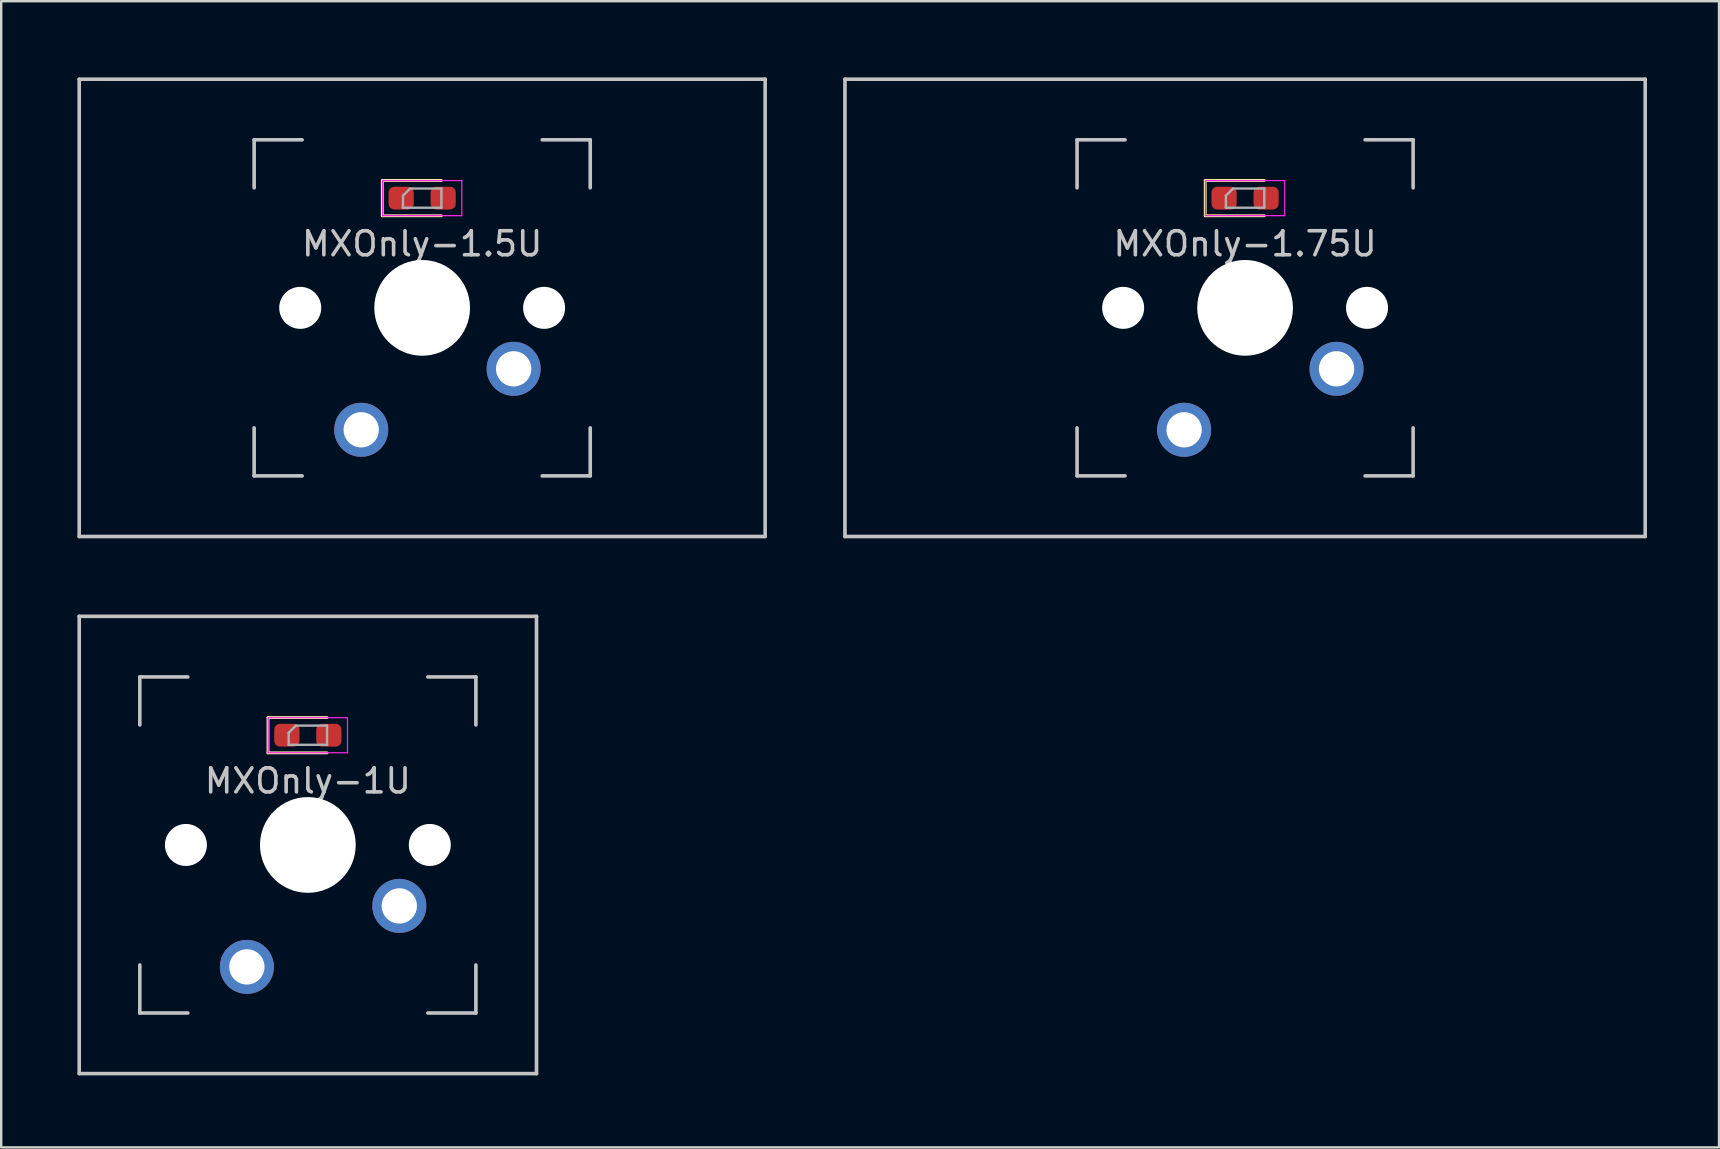
<source format=kicad_pcb>
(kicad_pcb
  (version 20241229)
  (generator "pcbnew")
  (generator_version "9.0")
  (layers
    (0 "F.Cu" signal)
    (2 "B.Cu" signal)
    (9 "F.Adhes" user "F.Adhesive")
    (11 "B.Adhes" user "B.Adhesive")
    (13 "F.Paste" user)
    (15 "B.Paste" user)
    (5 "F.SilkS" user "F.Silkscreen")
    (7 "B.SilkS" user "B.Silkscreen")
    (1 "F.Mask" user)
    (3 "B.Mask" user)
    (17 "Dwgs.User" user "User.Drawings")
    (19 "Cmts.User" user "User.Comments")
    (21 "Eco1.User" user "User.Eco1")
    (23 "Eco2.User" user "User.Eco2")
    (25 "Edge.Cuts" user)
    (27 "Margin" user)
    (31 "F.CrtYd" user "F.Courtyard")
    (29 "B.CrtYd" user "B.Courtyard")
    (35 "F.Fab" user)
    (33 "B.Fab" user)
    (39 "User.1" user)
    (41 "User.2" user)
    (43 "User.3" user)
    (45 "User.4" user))
  (footprint "MXOnly-1.75U"
    (layer "F.Cu")
    (at 32.15 0.25)
    (property "Reference" "MXOnly-1.75U" (at 16.669 6.858 180) (layer "Dwgs.User") (effects (font (size 1 1) (thickness 0.15))))
    (attr through_hole)
    (fp_line (start 15.009 4.218) (end 15.009 5.688) (stroke (width 0.12) (type solid)) (layer "F.SilkS"))
    (fp_line (start 15.009 5.688) (end 17.469 5.688) (stroke (width 0.12) (type solid)) (layer "F.SilkS"))
    (fp_line (start 17.469 4.218) (end 15.009 4.218) (stroke (width 0.12) (type solid)) (layer "F.SilkS"))
    (fp_line (start 0 19.05) (end 0 0) (stroke (width 0.15) (type solid)) (layer "Dwgs.User"))
    (fp_line (start 9.669 2.525) (end 9.669 4.525) (stroke (width 0.15) (type solid)) (layer "Dwgs.User"))
    (fp_line (start 9.669 16.525) (end 9.669 14.525) (stroke (width 0.15) (type solid)) (layer "Dwgs.User"))
    (fp_line (start 11.669 2.525) (end 9.669 2.525) (stroke (width 0.15) (type solid)) (layer "Dwgs.User"))
    (fp_line (start 11.669 16.525) (end 9.669 16.525) (stroke (width 0.15) (type solid)) (layer "Dwgs.User"))
    (fp_line (start 21.669 16.525) (end 23.669 16.525) (stroke (width 0.15) (type solid)) (layer "Dwgs.User"))
    (fp_line (start 23.669 2.525) (end 21.669 2.525) (stroke (width 0.15) (type solid)) (layer "Dwgs.User"))
    (fp_line (start 23.669 4.525) (end 23.669 2.525) (stroke (width 0.15) (type solid)) (layer "Dwgs.User"))
    (fp_line (start 23.669 16.525) (end 23.669 14.525) (stroke (width 0.15) (type solid)) (layer "Dwgs.User"))
    (fp_line (start 33.337 0) (end 0 0) (stroke (width 0.15) (type solid)) (layer "Dwgs.User"))
    (fp_line (start 33.337 0) (end 33.337 19.05) (stroke (width 0.15) (type solid)) (layer "Dwgs.User"))
    (fp_line (start 33.337 19.05) (end 0 19.05) (stroke (width 0.15) (type solid)) (layer "Dwgs.User"))
    (fp_line (start 15.019 4.223) (end 18.319 4.223) (stroke (width 0.05) (type solid)) (layer "F.CrtYd"))
    (fp_line (start 15.019 5.683) (end 15.019 4.223) (stroke (width 0.05) (type solid)) (layer "F.CrtYd"))
    (fp_line (start 18.319 4.223) (end 18.319 5.683) (stroke (width 0.05) (type solid)) (layer "F.CrtYd"))
    (fp_line (start 18.319 5.683) (end 15.019 5.683) (stroke (width 0.05) (type solid)) (layer "F.CrtYd"))
    (fp_line (start 15.869 4.853) (end 15.869 5.353) (stroke (width 0.1) (type solid)) (layer "F.Fab"))
    (fp_line (start 15.869 5.353) (end 17.469 5.353) (stroke (width 0.1) (type solid)) (layer "F.Fab"))
    (fp_line (start 16.169 4.553) (end 15.869 4.853) (stroke (width 0.1) (type solid)) (layer "F.Fab"))
    (fp_line (start 17.469 4.553) (end 16.169 4.553) (stroke (width 0.1) (type solid)) (layer "F.Fab"))
    (fp_line (start 17.469 5.353) (end 17.469 4.553) (stroke (width 0.1) (type solid)) (layer "F.Fab"))
    (pad "" np_thru_hole circle (at 11.589 9.525 228.1) (size 1.75 1.75) (drill 1.75) (layers "*.Cu" "*.Mask"))
    (pad "" np_thru_hole circle (at 16.669 9.525 180) (size 3.988 3.988) (drill 3.988) (layers "*.Cu" "*.Mask"))
    (pad "" np_thru_hole circle (at 21.749 9.525 228.1) (size 1.75 1.75) (drill 1.75) (layers "*.Cu" "*.Mask"))
    (pad "1" thru_hole circle (at 20.479 12.065 180) (size 2.25 2.25) (drill 1.47) (layers "*.Cu" "B.Mask"))
    (pad "2" thru_hole circle (at 14.129 14.605 180) (size 2.25 2.25) (drill 1.47) (layers "*.Cu" "B.Mask"))
    (pad "3" smd roundrect (at 17.544 4.953) (size 1.05 0.95) (layers "F.Cu" "F.Mask" "F.Paste") (roundrect_rratio 0.25))
    (pad "4" smd roundrect (at 15.794 4.953) (size 1.05 0.95) (layers "F.Cu" "F.Mask" "F.Paste") (roundrect_rratio 0.25)))
  (footprint "MXOnly-1U"
    (layer "F.Cu")
    (at 0.25 22.625)
    (property "Reference" "MXOnly-1U" (at 9.525 6.858 180) (layer "Dwgs.User") (effects (font (size 1 1) (thickness 0.15))))
    (attr through_hole)
    (fp_line (start 7.865 4.218) (end 7.865 5.688) (stroke (width 0.12) (type solid)) (layer "F.SilkS"))
    (fp_line (start 7.865 5.688) (end 10.325 5.688) (stroke (width 0.12) (type solid)) (layer "F.SilkS"))
    (fp_line (start 10.325 4.218) (end 7.865 4.218) (stroke (width 0.12) (type solid)) (layer "F.SilkS"))
    (fp_line (start 0 0) (end 19.05 0) (stroke (width 0.15) (type solid)) (layer "Dwgs.User"))
    (fp_line (start 0 19.05) (end 0 0) (stroke (width 0.15) (type solid)) (layer "Dwgs.User"))
    (fp_line (start 2.525 2.525) (end 2.525 4.525) (stroke (width 0.15) (type solid)) (layer "Dwgs.User"))
    (fp_line (start 2.525 16.525) (end 2.525 14.525) (stroke (width 0.15) (type solid)) (layer "Dwgs.User"))
    (fp_line (start 4.525 2.525) (end 2.525 2.525) (stroke (width 0.15) (type solid)) (layer "Dwgs.User"))
    (fp_line (start 4.525 16.525) (end 2.525 16.525) (stroke (width 0.15) (type solid)) (layer "Dwgs.User"))
    (fp_line (start 14.525 16.525) (end 16.525 16.525) (stroke (width 0.15) (type solid)) (layer "Dwgs.User"))
    (fp_line (start 16.525 2.525) (end 14.525 2.525) (stroke (width 0.15) (type solid)) (layer "Dwgs.User"))
    (fp_line (start 16.525 4.525) (end 16.525 2.525) (stroke (width 0.15) (type solid)) (layer "Dwgs.User"))
    (fp_line (start 16.525 16.525) (end 16.525 14.525) (stroke (width 0.15) (type solid)) (layer "Dwgs.User"))
    (fp_line (start 19.05 0) (end 19.05 19.05) (stroke (width 0.15) (type solid)) (layer "Dwgs.User"))
    (fp_line (start 19.05 19.05) (end 0 19.05) (stroke (width 0.15) (type solid)) (layer "Dwgs.User"))
    (fp_line (start 7.875 4.223) (end 11.175 4.223) (stroke (width 0.05) (type solid)) (layer "F.CrtYd"))
    (fp_line (start 7.875 5.683) (end 7.875 4.223) (stroke (width 0.05) (type solid)) (layer "F.CrtYd"))
    (fp_line (start 11.175 4.223) (end 11.175 5.683) (stroke (width 0.05) (type solid)) (layer "F.CrtYd"))
    (fp_line (start 11.175 5.683) (end 7.875 5.683) (stroke (width 0.05) (type solid)) (layer "F.CrtYd"))
    (fp_line (start 8.725 4.853) (end 8.725 5.353) (stroke (width 0.1) (type solid)) (layer "F.Fab"))
    (fp_line (start 8.725 5.353) (end 10.325 5.353) (stroke (width 0.1) (type solid)) (layer "F.Fab"))
    (fp_line (start 9.025 4.553) (end 8.725 4.853) (stroke (width 0.1) (type solid)) (layer "F.Fab"))
    (fp_line (start 10.325 4.553) (end 9.025 4.553) (stroke (width 0.1) (type solid)) (layer "F.Fab"))
    (fp_line (start 10.325 5.353) (end 10.325 4.553) (stroke (width 0.1) (type solid)) (layer "F.Fab"))
    (pad "" np_thru_hole circle (at 4.445 9.525 228.1) (size 1.75 1.75) (drill 1.75) (layers "*.Cu" "*.Mask"))
    (pad "" np_thru_hole circle (at 9.525 9.525 180) (size 3.988 3.988) (drill 3.988) (layers "*.Cu" "*.Mask"))
    (pad "" np_thru_hole circle (at 14.605 9.525 228.1) (size 1.75 1.75) (drill 1.75) (layers "*.Cu" "*.Mask"))
    (pad "1" thru_hole circle (at 13.335 12.065 180) (size 2.25 2.25) (drill 1.47) (layers "*.Cu" "B.Mask"))
    (pad "2" thru_hole circle (at 6.985 14.605 180) (size 2.25 2.25) (drill 1.47) (layers "*.Cu" "B.Mask"))
    (pad "3" smd roundrect (at 10.4 4.953) (size 1.05 0.95) (layers "F.Cu" "F.Mask" "F.Paste") (roundrect_rratio 0.25))
    (pad "4" smd roundrect (at 8.65 4.953) (size 1.05 0.95) (layers "F.Cu" "F.Mask" "F.Paste") (roundrect_rratio 0.25)))
  (footprint "MXOnly-1.5U"
    (layer "F.Cu")
    (at 0.25 0.25)
    (property "Reference" "MXOnly-1.5U" (at 14.287 6.858 180) (layer "Dwgs.User") (effects (font (size 1 1) (thickness 0.15))))
    (attr through_hole)
    (fp_line (start 12.627 4.218) (end 12.627 5.688) (stroke (width 0.12) (type solid)) (layer "F.SilkS"))
    (fp_line (start 12.627 5.688) (end 15.088 5.688) (stroke (width 0.12) (type solid)) (layer "F.SilkS"))
    (fp_line (start 15.088 4.218) (end 12.627 4.218) (stroke (width 0.12) (type solid)) (layer "F.SilkS"))
    (fp_line (start 0 19.05) (end 0 0) (stroke (width 0.15) (type solid)) (layer "Dwgs.User"))
    (fp_line (start 7.287 2.525) (end 7.287 4.525) (stroke (width 0.15) (type solid)) (layer "Dwgs.User"))
    (fp_line (start 7.287 16.525) (end 7.287 14.525) (stroke (width 0.15) (type solid)) (layer "Dwgs.User"))
    (fp_line (start 9.287 2.525) (end 7.287 2.525) (stroke (width 0.15) (type solid)) (layer "Dwgs.User"))
    (fp_line (start 9.287 16.525) (end 7.287 16.525) (stroke (width 0.15) (type solid)) (layer "Dwgs.User"))
    (fp_line (start 19.288 16.525) (end 21.288 16.525) (stroke (width 0.15) (type solid)) (layer "Dwgs.User"))
    (fp_line (start 21.288 2.525) (end 19.288 2.525) (stroke (width 0.15) (type solid)) (layer "Dwgs.User"))
    (fp_line (start 21.288 4.525) (end 21.288 2.525) (stroke (width 0.15) (type solid)) (layer "Dwgs.User"))
    (fp_line (start 21.288 16.525) (end 21.288 14.525) (stroke (width 0.15) (type solid)) (layer "Dwgs.User"))
    (fp_line (start 28.575 0) (end 0 0) (stroke (width 0.15) (type solid)) (layer "Dwgs.User"))
    (fp_line (start 28.575 0) (end 28.575 19.05) (stroke (width 0.15) (type solid)) (layer "Dwgs.User"))
    (fp_line (start 28.575 19.05) (end 0 19.05) (stroke (width 0.15) (type solid)) (layer "Dwgs.User"))
    (fp_line (start 12.637 4.223) (end 15.938 4.223) (stroke (width 0.05) (type solid)) (layer "F.CrtYd"))
    (fp_line (start 12.637 5.683) (end 12.637 4.223) (stroke (width 0.05) (type solid)) (layer "F.CrtYd"))
    (fp_line (start 15.938 4.223) (end 15.938 5.683) (stroke (width 0.05) (type solid)) (layer "F.CrtYd"))
    (fp_line (start 15.938 5.683) (end 12.637 5.683) (stroke (width 0.05) (type solid)) (layer "F.CrtYd"))
    (fp_line (start 13.488 4.853) (end 13.488 5.353) (stroke (width 0.1) (type solid)) (layer "F.Fab"))
    (fp_line (start 13.488 5.353) (end 15.088 5.353) (stroke (width 0.1) (type solid)) (layer "F.Fab"))
    (fp_line (start 13.787 4.553) (end 13.488 4.853) (stroke (width 0.1) (type solid)) (layer "F.Fab"))
    (fp_line (start 15.088 4.553) (end 13.787 4.553) (stroke (width 0.1) (type solid)) (layer "F.Fab"))
    (fp_line (start 15.088 5.353) (end 15.088 4.553) (stroke (width 0.1) (type solid)) (layer "F.Fab"))
    (pad "" np_thru_hole circle (at 9.207 9.525 228.1) (size 1.75 1.75) (drill 1.75) (layers "*.Cu" "*.Mask"))
    (pad "" np_thru_hole circle (at 14.287 9.525 180) (size 3.988 3.988) (drill 3.988) (layers "*.Cu" "*.Mask"))
    (pad "" np_thru_hole circle (at 19.367 9.525 228.1) (size 1.75 1.75) (drill 1.75) (layers "*.Cu" "*.Mask"))
    (pad "1" thru_hole circle (at 18.098 12.065 180) (size 2.25 2.25) (drill 1.47) (layers "*.Cu" "B.Mask"))
    (pad "2" thru_hole circle (at 11.748 14.605 180) (size 2.25 2.25) (drill 1.47) (layers "*.Cu" "B.Mask"))
    (pad "3" smd roundrect (at 15.162 4.953) (size 1.05 0.95) (layers "F.Cu" "F.Mask" "F.Paste") (roundrect_rratio 0.25))
    (pad "4" smd roundrect (at 13.412 4.953) (size 1.05 0.95) (layers "F.Cu" "F.Mask" "F.Paste") (roundrect_rratio 0.25)))
  (gr_rect
    (start -3 -3)
    (end 68.562 44.75)
    (stroke (width 0.1) (type default))
    (fill no)
    (layer "Edge.Cuts")))
</source>
